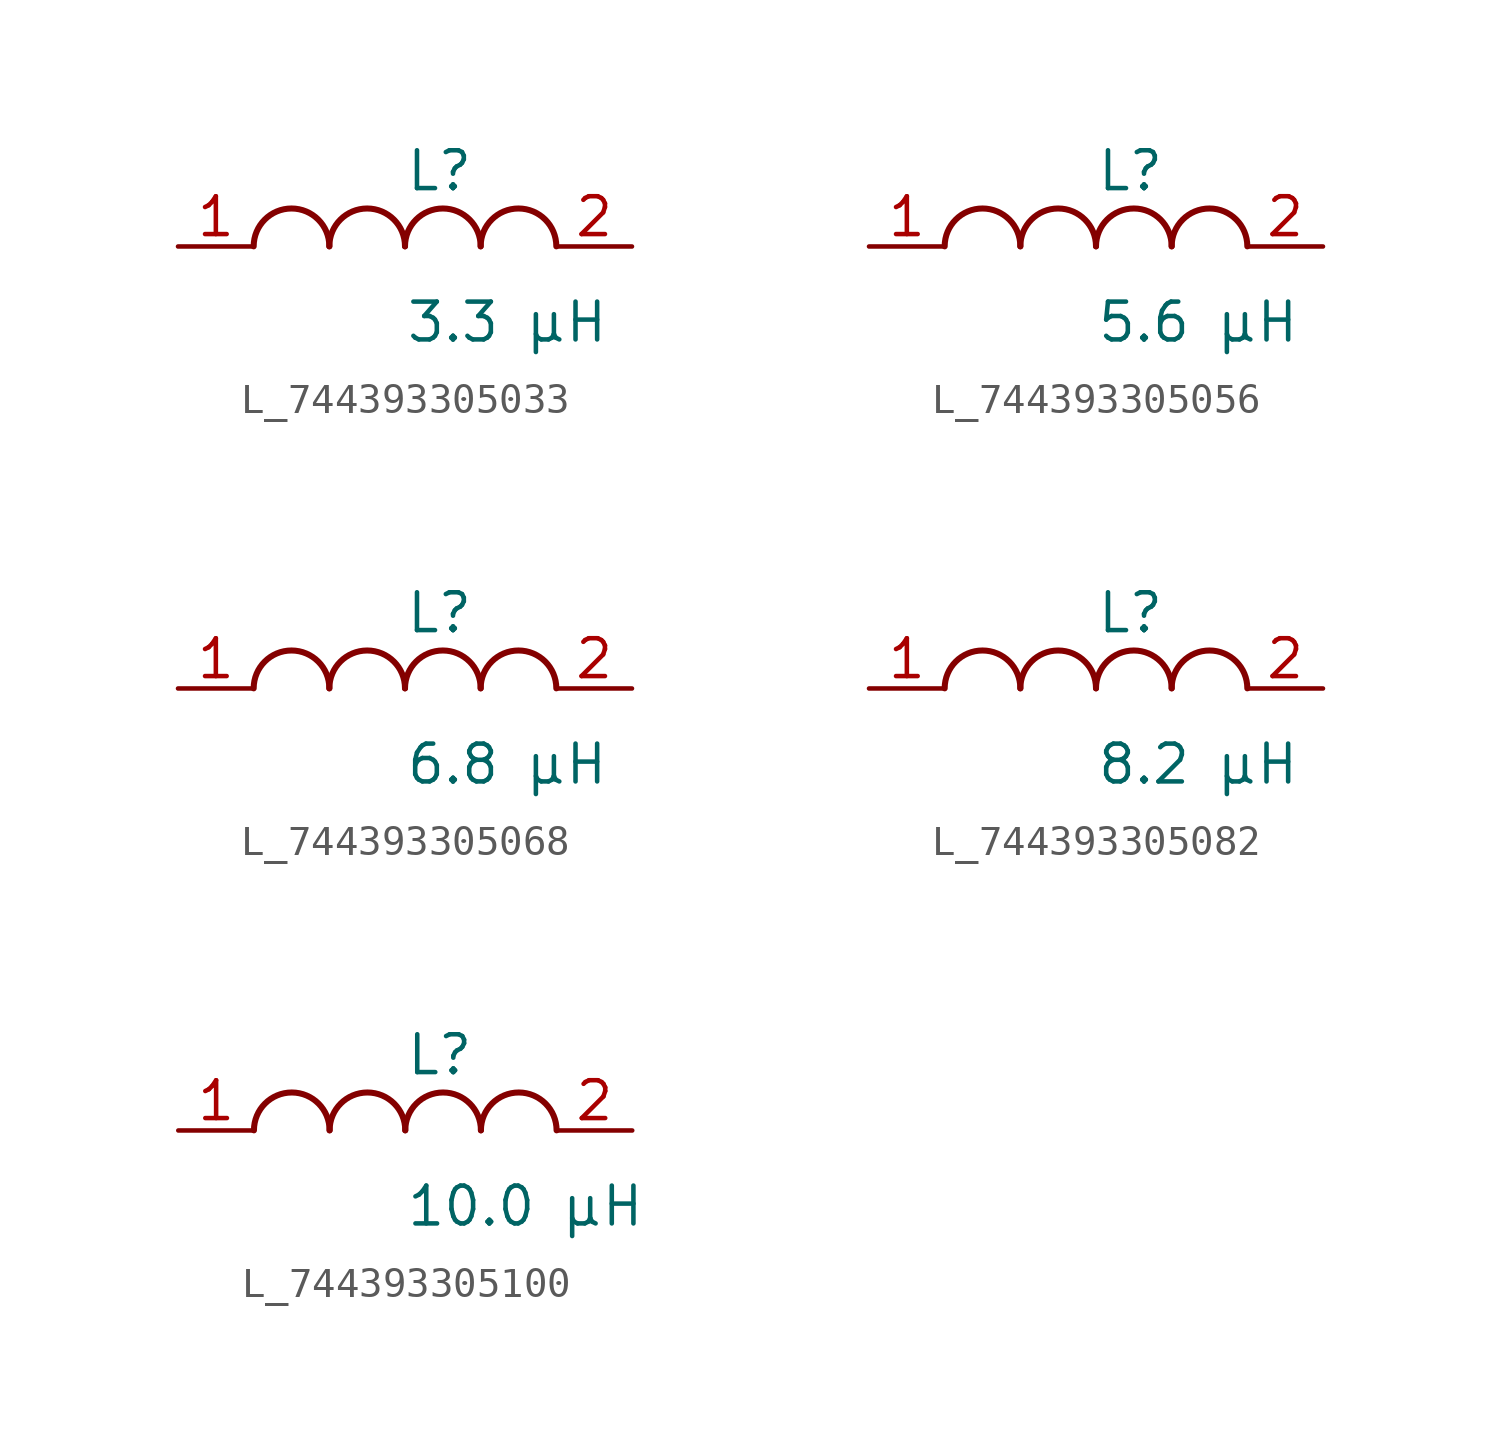
<source format=kicad_sym>
(kicad_symbol_lib
  (version 20231120)
  (generator kicad_symbol_editor)
  (generator_version 8.0)
  (symbol "L_744393305033"
    (pin_names
      (offset 0.254))
    (property "Reference" "L"
      (at 0 2.54 0)
      (effects (font (size 1.27 1.27)) (justify left)))
    (property "Value" "3.3 µH"
      (at 0 -2.54 0)
      (effects (font (size 1.27 1.27)) (justify left)))
    (symbol "L_744393305033_1_1"
      (arc (start -2.54 0.0056) (mid -3.81 1.27) (end -5.08 0.0056) (stroke (width 0.2032) (type default)) (fill (type none)))
      (arc (start 0 0.0056) (mid -1.27 1.27) (end -2.54 0.0056) (stroke (width 0.2032) (type default)) (fill (type none)))
      (arc (start 2.54 0.0056) (mid 1.27 1.27) (end 0 0.0056) (stroke (width 0.2032) (type default)) (fill (type none)))
      (arc (start 5.08 0.0056) (mid 3.81 1.27) (end 2.54 0.0056) (stroke (width 0.2032) (type default)) (fill (type none)))
      (pin unspecified line (at -7.62 0 0) (length 2.54) (name "" (effects (font (size 1.27 1.27)))) (number "1" (effects (font (size 1.27 1.27)))))
      (pin unspecified line (at 7.62 0 180) (length 2.54) (name "" (effects (font (size 1.27 1.27)))) (number "2" (effects (font (size 1.27 1.27)))))))
  (symbol "L_744393305056"
    (pin_names
      (offset 0.254))
    (property "Reference" "L"
      (at 0 2.54 0)
      (effects (font (size 1.27 1.27)) (justify left)))
    (property "Value" "5.6 µH"
      (at 0 -2.54 0)
      (effects (font (size 1.27 1.27)) (justify left)))
    (symbol "L_744393305056_1_1"
      (arc (start -2.54 0.0056) (mid -3.81 1.27) (end -5.08 0.0056) (stroke (width 0.2032) (type default)) (fill (type none)))
      (arc (start 0 0.0056) (mid -1.27 1.27) (end -2.54 0.0056) (stroke (width 0.2032) (type default)) (fill (type none)))
      (arc (start 2.54 0.0056) (mid 1.27 1.27) (end 0 0.0056) (stroke (width 0.2032) (type default)) (fill (type none)))
      (arc (start 5.08 0.0056) (mid 3.81 1.27) (end 2.54 0.0056) (stroke (width 0.2032) (type default)) (fill (type none)))
      (pin unspecified line (at -7.62 0 0) (length 2.54) (name "" (effects (font (size 1.27 1.27)))) (number "1" (effects (font (size 1.27 1.27)))))
      (pin unspecified line (at 7.62 0 180) (length 2.54) (name "" (effects (font (size 1.27 1.27)))) (number "2" (effects (font (size 1.27 1.27)))))))
  (symbol "L_744393305068"
    (pin_names
      (offset 0.254))
    (property "Reference" "L"
      (at 0 2.54 0)
      (effects (font (size 1.27 1.27)) (justify left)))
    (property "Value" "6.8 µH"
      (at 0 -2.54 0)
      (effects (font (size 1.27 1.27)) (justify left)))
    (symbol "L_744393305068_1_1"
      (arc (start -2.54 0.0056) (mid -3.81 1.27) (end -5.08 0.0056) (stroke (width 0.2032) (type default)) (fill (type none)))
      (arc (start 0 0.0056) (mid -1.27 1.27) (end -2.54 0.0056) (stroke (width 0.2032) (type default)) (fill (type none)))
      (arc (start 2.54 0.0056) (mid 1.27 1.27) (end 0 0.0056) (stroke (width 0.2032) (type default)) (fill (type none)))
      (arc (start 5.08 0.0056) (mid 3.81 1.27) (end 2.54 0.0056) (stroke (width 0.2032) (type default)) (fill (type none)))
      (pin unspecified line (at -7.62 0 0) (length 2.54) (name "" (effects (font (size 1.27 1.27)))) (number "1" (effects (font (size 1.27 1.27)))))
      (pin unspecified line (at 7.62 0 180) (length 2.54) (name "" (effects (font (size 1.27 1.27)))) (number "2" (effects (font (size 1.27 1.27)))))))
  (symbol "L_744393305082"
    (pin_names
      (offset 0.254))
    (property "Reference" "L"
      (at 0 2.54 0)
      (effects (font (size 1.27 1.27)) (justify left)))
    (property "Value" "8.2 µH"
      (at 0 -2.54 0)
      (effects (font (size 1.27 1.27)) (justify left)))
    (symbol "L_744393305082_1_1"
      (arc (start -2.54 0.0056) (mid -3.81 1.27) (end -5.08 0.0056) (stroke (width 0.2032) (type default)) (fill (type none)))
      (arc (start 0 0.0056) (mid -1.27 1.27) (end -2.54 0.0056) (stroke (width 0.2032) (type default)) (fill (type none)))
      (arc (start 2.54 0.0056) (mid 1.27 1.27) (end 0 0.0056) (stroke (width 0.2032) (type default)) (fill (type none)))
      (arc (start 5.08 0.0056) (mid 3.81 1.27) (end 2.54 0.0056) (stroke (width 0.2032) (type default)) (fill (type none)))
      (pin unspecified line (at -7.62 0 0) (length 2.54) (name "" (effects (font (size 1.27 1.27)))) (number "1" (effects (font (size 1.27 1.27)))))
      (pin unspecified line (at 7.62 0 180) (length 2.54) (name "" (effects (font (size 1.27 1.27)))) (number "2" (effects (font (size 1.27 1.27)))))))
  (symbol "L_744393305100"
    (pin_names
      (offset 0.254))
    (property "Reference" "L"
      (at 0 2.54 0)
      (effects (font (size 1.27 1.27)) (justify left)))
    (property "Value" "10.0 µH"
      (at 0 -2.54 0)
      (effects (font (size 1.27 1.27)) (justify left)))
    (symbol "L_744393305100_1_1"
      (arc (start -2.54 0.0056) (mid -3.81 1.27) (end -5.08 0.0056) (stroke (width 0.2032) (type default)) (fill (type none)))
      (arc (start 0 0.0056) (mid -1.27 1.27) (end -2.54 0.0056) (stroke (width 0.2032) (type default)) (fill (type none)))
      (arc (start 2.54 0.0056) (mid 1.27 1.27) (end 0 0.0056) (stroke (width 0.2032) (type default)) (fill (type none)))
      (arc (start 5.08 0.0056) (mid 3.81 1.27) (end 2.54 0.0056) (stroke (width 0.2032) (type default)) (fill (type none)))
      (pin unspecified line (at -7.62 0 0) (length 2.54) (name "" (effects (font (size 1.27 1.27)))) (number "1" (effects (font (size 1.27 1.27)))))
      (pin unspecified line (at 7.62 0 180) (length 2.54) (name "" (effects (font (size 1.27 1.27)))) (number "2" (effects (font (size 1.27 1.27))))))))
</source>
